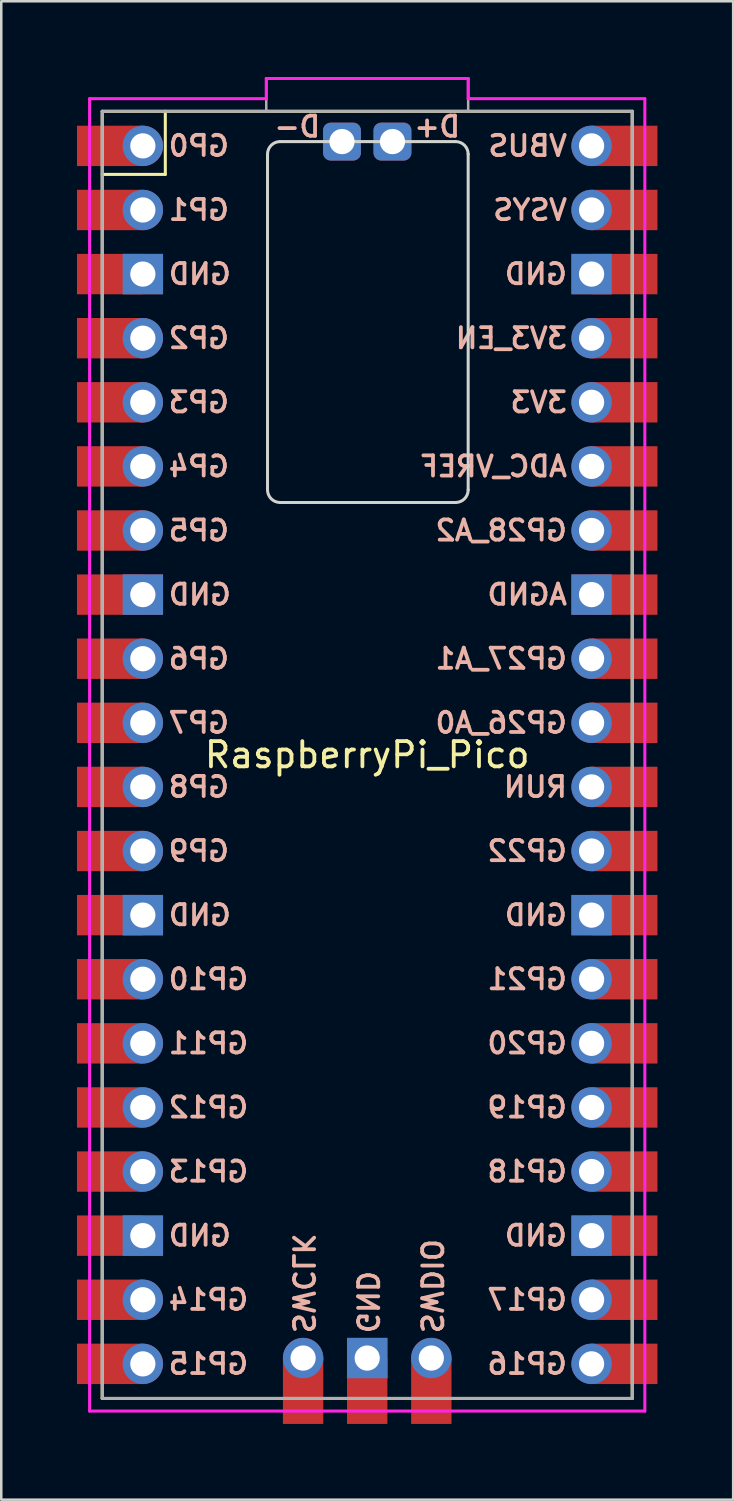
<source format=kicad_pcb>
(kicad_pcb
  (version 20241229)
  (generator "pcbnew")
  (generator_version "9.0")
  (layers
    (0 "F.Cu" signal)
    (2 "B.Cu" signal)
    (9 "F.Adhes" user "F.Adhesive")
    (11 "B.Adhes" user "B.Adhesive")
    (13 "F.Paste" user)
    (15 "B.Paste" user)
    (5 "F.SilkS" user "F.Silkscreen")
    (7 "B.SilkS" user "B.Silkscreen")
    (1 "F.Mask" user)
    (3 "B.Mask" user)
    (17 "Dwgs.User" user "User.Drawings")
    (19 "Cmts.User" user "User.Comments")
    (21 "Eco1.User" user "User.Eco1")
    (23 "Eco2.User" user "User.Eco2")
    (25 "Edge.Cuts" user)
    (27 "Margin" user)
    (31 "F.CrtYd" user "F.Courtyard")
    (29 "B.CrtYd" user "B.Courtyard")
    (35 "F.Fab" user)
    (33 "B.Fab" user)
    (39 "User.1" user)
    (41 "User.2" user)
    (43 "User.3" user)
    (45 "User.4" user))
  (footprint "RaspberryPi_Pico"
    (layer "F.Cu")
    (at 11.5 26.86)
    (property "Reference" "RaspberryPi_Pico" (at 0 0 180) (layer "F.SilkS") (effects (font (size 1 1) (thickness 0.15))))
    (attr through_hole)
    (fp_line (start -10.5 -25.5) (end -10.5 25.5) (stroke (width 0.12) (type solid)) (layer "F.SilkS"))
    (fp_line (start -10.5 -25.5) (end 10.5 -25.5) (stroke (width 0.12) (type solid)) (layer "F.SilkS"))
    (fp_line (start -10.5 -23) (end -8 -23) (stroke (width 0.12) (type solid)) (layer "F.SilkS"))
    (fp_line (start -8 -23) (end -8 -25.5) (stroke (width 0.12) (type solid)) (layer "F.SilkS"))
    (fp_line (start 10.5 -25.5) (end 10.5 25.5) (stroke (width 0.12) (type solid)) (layer "F.SilkS"))
    (fp_line (start 10.5 25.5) (end -10.5 25.5) (stroke (width 0.12) (type solid)) (layer "F.SilkS"))
    (fp_line (start -3.95 -23.8) (end -3.95 -10.5) (stroke (width 0.12) (type solid)) (layer "Edge.Cuts"))
    (fp_line (start -3.45 -10) (end 3.5 -10) (stroke (width 0.12) (type solid)) (layer "Edge.Cuts"))
    (fp_line (start 3.5 -24.3) (end -3.45 -24.3) (stroke (width 0.12) (type solid)) (layer "Edge.Cuts"))
    (fp_line (start 4 -10.5) (end 4 -23.8) (stroke (width 0.12) (type solid)) (layer "Edge.Cuts"))
    (fp_arc (start -3.95 -23.8) (mid -3.803553 -24.153553) (end -3.45 -24.3) (stroke (width 0.12) (type solid)) (layer "Edge.Cuts"))
    (fp_arc (start -3.45 -10) (mid -3.803553 -10.146447) (end -3.95 -10.5) (stroke (width 0.12) (type solid)) (layer "Edge.Cuts"))
    (fp_arc (start 3.5 -24.3) (mid 3.853553 -24.153553) (end 4 -23.8) (stroke (width 0.12) (type solid)) (layer "Edge.Cuts"))
    (fp_arc (start 4 -10.5) (mid 3.853553 -10.146447) (end 3.5 -10) (stroke (width 0.12) (type solid)) (layer "Edge.Cuts"))
    (fp_line (start -11 -26) (end -4 -26) (stroke (width 0.12) (type solid)) (layer "F.CrtYd"))
    (fp_line (start -11 26) (end -11 -26) (stroke (width 0.12) (type solid)) (layer "F.CrtYd"))
    (fp_line (start -4 -26.8) (end 4 -26.8) (stroke (width 0.12) (type solid)) (layer "F.CrtYd"))
    (fp_line (start -4 -26) (end -4 -26.8) (stroke (width 0.12) (type solid)) (layer "F.CrtYd"))
    (fp_line (start 4 -26.8) (end 4 -26) (stroke (width 0.12) (type solid)) (layer "F.CrtYd"))
    (fp_line (start 4 -26) (end 11 -26) (stroke (width 0.12) (type solid)) (layer "F.CrtYd"))
    (fp_line (start 11 -26) (end 11 26) (stroke (width 0.12) (type solid)) (layer "F.CrtYd"))
    (fp_line (start 11 26) (end -11 26) (stroke (width 0.12) (type solid)) (layer "F.CrtYd"))
    (fp_line (start -10.5 -25.5) (end 10.5 -25.5) (stroke (width 0.12) (type solid)) (layer "F.Fab"))
    (fp_line (start -10.5 25.5) (end -10.5 -25.5) (stroke (width 0.12) (type solid)) (layer "F.Fab"))
    (fp_line (start -4 -26.8) (end 4 -26.8) (stroke (width 0.1) (type solid)) (layer "F.Fab"))
    (fp_line (start -4 -25.5) (end -4 -26.8) (stroke (width 0.1) (type solid)) (layer "F.Fab"))
    (fp_line (start 4 -25.5) (end 4 -26.8) (stroke (width 0.1) (type solid)) (layer "F.Fab"))
    (fp_line (start 10.5 -25.5) (end 10.5 25.5) (stroke (width 0.12) (type solid)) (layer "F.Fab"))
    (fp_line (start 10.5 25.5) (end -10.5 25.5) (stroke (width 0.12) (type solid)) (layer "F.Fab"))
    (fp_text user "GP2" (at -7.95 -16.51 0) (layer "B.SilkS") (effects (font (size 0.8 0.8) (thickness 0.15)) (justify right mirror)))
    (fp_text user "GP13" (at -7.95 16.51 0) (layer "B.SilkS") (effects (font (size 0.8 0.8) (thickness 0.15)) (justify right mirror)))
    (fp_text user "GP0" (at -7.95 -24.13 0) (layer "B.SilkS") (effects (font (size 0.8 0.8) (thickness 0.15)) (justify right mirror)))
    (fp_text user "GP20" (at 8 11.43 0) (layer "B.SilkS") (effects (font (size 0.8 0.8) (thickness 0.15)) (justify left mirror)))
    (fp_text user "GP28_A2" (at 8 -8.89 0) (layer "B.SilkS") (effects (font (size 0.8 0.8) (thickness 0.15)) (justify left mirror)))
    (fp_text user "GP11" (at -7.95 11.43 0) (layer "B.SilkS") (effects (font (size 0.8 0.8) (thickness 0.15)) (justify right mirror)))
    (fp_text user "GND" (at -7.95 -19.05 0) (layer "B.SilkS") (effects (font (size 0.8 0.8) (thickness 0.15)) (justify right mirror)))
    (fp_text user "RUN" (at 8 1.27 0) (layer "B.SilkS") (effects (font (size 0.8 0.8) (thickness 0.15)) (justify left mirror)))
    (fp_text user "GP7" (at -7.95 -1.27 0) (layer "B.SilkS") (effects (font (size 0.8 0.8) (thickness 0.15)) (justify right mirror)))
    (fp_text user "GP17" (at 8 21.59 0) (layer "B.SilkS") (effects (font (size 0.8 0.8) (thickness 0.15)) (justify left mirror)))
    (fp_text user "GND" (at 0 23 270) (unlocked yes) (layer "B.SilkS") (effects (font (size 0.8 0.8) (thickness 0.15)) (justify left mirror)))
    (fp_text user "GND" (at 8 6.35 0) (layer "B.SilkS") (effects (font (size 0.8 0.8) (thickness 0.15)) (justify left mirror)))
    (fp_text user "GP6" (at -7.95 -3.81 0) (layer "B.SilkS") (effects (font (size 0.8 0.8) (thickness 0.15)) (justify right mirror)))
    (fp_text user "GP22" (at 8 3.81 0) (layer "B.SilkS") (effects (font (size 0.8 0.8) (thickness 0.15)) (justify left mirror)))
    (fp_text user "GP5" (at -7.95 -8.89 0) (layer "B.SilkS") (effects (font (size 0.8 0.8) (thickness 0.15)) (justify right mirror)))
    (fp_text user "D+" (at 1.778 -24.892 0) (unlocked yes) (layer "B.SilkS") (effects (font (size 0.8 0.8) (thickness 0.15)) (justify right mirror)))
    (fp_text user "SWDIO" (at 2.54 23 270) (unlocked yes) (layer "B.SilkS") (effects (font (size 0.8 0.8) (thickness 0.15)) (justify left mirror)))
    (fp_text user "GP19" (at 8 13.97 0) (layer "B.SilkS") (effects (font (size 0.8 0.8) (thickness 0.15)) (justify left mirror)))
    (fp_text user "ADC_VREF" (at 8 -11.43 0) (layer "B.SilkS") (effects (font (size 0.8 0.8) (thickness 0.15)) (justify left mirror)))
    (fp_text user "GND" (at -7.95 19.05 0) (layer "B.SilkS") (effects (font (size 0.8 0.8) (thickness 0.15)) (justify right mirror)))
    (fp_text user "3V3" (at 8 -13.97 0) (layer "B.SilkS") (effects (font (size 0.8 0.8) (thickness 0.15)) (justify left mirror)))
    (fp_text user "GP10" (at -7.95 8.89 0) (layer "B.SilkS") (effects (font (size 0.8 0.8) (thickness 0.15)) (justify right mirror)))
    (fp_text user "GND" (at -7.95 -6.35 0) (layer "B.SilkS") (effects (font (size 0.8 0.8) (thickness 0.15)) (justify right mirror)))
    (fp_text user "GP26_A0" (at 8 -1.27 0) (layer "B.SilkS") (effects (font (size 0.8 0.8) (thickness 0.15)) (justify left mirror)))
    (fp_text user "GP12" (at -7.95 13.97 0) (layer "B.SilkS") (effects (font (size 0.8 0.8) (thickness 0.15)) (justify right mirror)))
    (fp_text user "AGND" (at 8 -6.35 0) (layer "B.SilkS") (effects (font (size 0.8 0.8) (thickness 0.15)) (justify left mirror)))
    (fp_text user "GND" (at 8 19.05 0) (layer "B.SilkS") (effects (font (size 0.8 0.8) (thickness 0.15)) (justify left mirror)))
    (fp_text user "GP9" (at -7.95 3.81 0) (layer "B.SilkS") (effects (font (size 0.8 0.8) (thickness 0.15)) (justify right mirror)))
    (fp_text user "GP16" (at 8 24.13 0) (layer "B.SilkS") (effects (font (size 0.8 0.8) (thickness 0.15)) (justify left mirror)))
    (fp_text user "GP18" (at 8 16.51 0) (layer "B.SilkS") (effects (font (size 0.8 0.8) (thickness 0.15)) (justify left mirror)))
    (fp_text user "VSYS" (at 8 -21.59 0) (layer "B.SilkS") (effects (font (size 0.8 0.8) (thickness 0.15)) (justify left mirror)))
    (fp_text user "GP4" (at -7.95 -11.43 0) (layer "B.SilkS") (effects (font (size 0.8 0.8) (thickness 0.15)) (justify right mirror)))
    (fp_text user "GP27_A1" (at 8 -3.81 0) (layer "B.SilkS") (effects (font (size 0.8 0.8) (thickness 0.15)) (justify left mirror)))
    (fp_text user "GND" (at -7.95 6.35 0) (layer "B.SilkS") (effects (font (size 0.8 0.8) (thickness 0.15)) (justify right mirror)))
    (fp_text user "GP14" (at -7.95 21.59 0) (layer "B.SilkS") (effects (font (size 0.8 0.8) (thickness 0.15)) (justify right mirror)))
    (fp_text user "3V3_EN" (at 8 -16.51 0) (layer "B.SilkS") (effects (font (size 0.8 0.8) (thickness 0.15)) (justify left mirror)))
    (fp_text user "SWCLK" (at -2.54 23 270) (unlocked yes) (layer "B.SilkS") (effects (font (size 0.8 0.8) (thickness 0.15)) (justify left mirror)))
    (fp_text user "GP3" (at -7.95 -13.97 0) (layer "B.SilkS") (effects (font (size 0.8 0.8) (thickness 0.15)) (justify right mirror)))
    (fp_text user "GP15" (at -7.95 24.13 0) (layer "B.SilkS") (effects (font (size 0.8 0.8) (thickness 0.15)) (justify right mirror)))
    (fp_text user "D-" (at -1.778 -24.892 0) (unlocked yes) (layer "B.SilkS") (effects (font (size 0.8 0.8) (thickness 0.15)) (justify left mirror)))
    (fp_text user "GP8" (at -7.95 1.27 0) (layer "B.SilkS") (effects (font (size 0.8 0.8) (thickness 0.15)) (justify right mirror)))
    (fp_text user "GND" (at 8 -19.05 0) (layer "B.SilkS") (effects (font (size 0.8 0.8) (thickness 0.15)) (justify left mirror)))
    (fp_text user "VBUS" (at 8 -24.13 0) (layer "B.SilkS") (effects (font (size 0.8 0.8) (thickness 0.15)) (justify left mirror)))
    (fp_text user "GP1" (at -7.95 -21.59 0) (layer "B.SilkS") (effects (font (size 0.8 0.8) (thickness 0.15)) (justify right mirror)))
    (fp_text user "GP21" (at 8 8.89 0) (layer "B.SilkS") (effects (font (size 0.8 0.8) (thickness 0.15)) (justify left mirror)))
    (pad "1" thru_hole circle (at -8.89 -24.13) (size 1.6 1.6) (drill 1) (layers "*.Cu" "*.Mask"))
    (pad "1" smd rect (at -8.89 -24.13) (size 2.61 1.6) (drill (offset -1.305 0)) (layers "F.Cu" "F.Mask"))
    (pad "2" thru_hole circle (at -8.89 -21.59) (size 1.6 1.6) (drill 1) (layers "*.Cu" "*.Mask"))
    (pad "2" smd rect (at -8.89 -21.59) (size 2.61 1.6) (drill (offset -1.305 0)) (layers "F.Cu" "F.Mask"))
    (pad "3" thru_hole rect (at -8.89 -19.05) (size 1.6 1.6) (drill 1) (layers "*.Cu" "*.Mask"))
    (pad "3" smd rect (at -8.89 -19.05) (size 2.61 1.6) (drill (offset -1.305 0)) (layers "F.Cu" "F.Mask"))
    (pad "4" thru_hole circle (at -8.89 -16.51) (size 1.6 1.6) (drill 1) (layers "*.Cu" "*.Mask"))
    (pad "4" smd rect (at -8.89 -16.51) (size 2.61 1.6) (drill (offset -1.305 0)) (layers "F.Cu" "F.Mask"))
    (pad "5" thru_hole circle (at -8.89 -13.97) (size 1.6 1.6) (drill 1) (layers "*.Cu" "*.Mask"))
    (pad "5" smd rect (at -8.89 -13.97) (size 2.61 1.6) (drill (offset -1.305 0)) (layers "F.Cu" "F.Mask"))
    (pad "6" thru_hole circle (at -8.89 -11.43) (size 1.6 1.6) (drill 1) (layers "*.Cu" "*.Mask"))
    (pad "6" smd rect (at -8.89 -11.43) (size 2.61 1.6) (drill (offset -1.305 0)) (layers "F.Cu" "F.Mask"))
    (pad "7" thru_hole circle (at -8.89 -8.89) (size 1.6 1.6) (drill 1) (layers "*.Cu" "*.Mask"))
    (pad "7" smd rect (at -8.89 -8.89) (size 2.61 1.6) (drill (offset -1.305 0)) (layers "F.Cu" "F.Mask"))
    (pad "8" thru_hole rect (at -8.89 -6.35) (size 1.6 1.6) (drill 1) (layers "*.Cu" "*.Mask"))
    (pad "8" smd rect (at -8.89 -6.35) (size 2.61 1.6) (drill (offset -1.305 0)) (layers "F.Cu" "F.Mask"))
    (pad "9" thru_hole circle (at -8.89 -3.81) (size 1.6 1.6) (drill 1) (layers "*.Cu" "*.Mask"))
    (pad "9" smd rect (at -8.89 -3.81) (size 2.61 1.6) (drill (offset -1.305 0)) (layers "F.Cu" "F.Mask"))
    (pad "10" thru_hole circle (at -8.89 -1.27) (size 1.6 1.6) (drill 1) (layers "*.Cu" "*.Mask"))
    (pad "10" smd rect (at -8.89 -1.27) (size 2.61 1.6) (drill (offset -1.305 0)) (layers "F.Cu" "F.Mask"))
    (pad "11" thru_hole circle (at -8.89 1.27) (size 1.6 1.6) (drill 1) (layers "*.Cu" "*.Mask"))
    (pad "11" smd rect (at -8.89 1.27) (size 2.61 1.6) (drill (offset -1.305 0)) (layers "F.Cu" "F.Mask"))
    (pad "12" thru_hole circle (at -8.89 3.81) (size 1.6 1.6) (drill 1) (layers "*.Cu" "*.Mask"))
    (pad "12" smd rect (at -8.89 3.81) (size 2.61 1.6) (drill (offset -1.305 0)) (layers "F.Cu" "F.Mask"))
    (pad "13" thru_hole rect (at -8.89 6.35) (size 1.6 1.6) (drill 1) (layers "*.Cu" "*.Mask"))
    (pad "13" smd rect (at -8.89 6.35) (size 2.61 1.6) (drill (offset -1.305 0)) (layers "F.Cu" "F.Mask"))
    (pad "14" thru_hole circle (at -8.89 8.89) (size 1.6 1.6) (drill 1) (layers "*.Cu" "*.Mask"))
    (pad "14" smd rect (at -8.89 8.89) (size 2.61 1.6) (drill (offset -1.305 0)) (layers "F.Cu" "F.Mask"))
    (pad "15" thru_hole circle (at -8.89 11.43) (size 1.6 1.6) (drill 1) (layers "*.Cu" "*.Mask"))
    (pad "15" smd rect (at -8.89 11.43) (size 2.61 1.6) (drill (offset -1.305 0)) (layers "F.Cu" "F.Mask"))
    (pad "16" thru_hole circle (at -8.89 13.97) (size 1.6 1.6) (drill 1) (layers "*.Cu" "*.Mask"))
    (pad "16" smd rect (at -8.89 13.97) (size 2.61 1.6) (drill (offset -1.305 0)) (layers "F.Cu" "F.Mask"))
    (pad "17" thru_hole circle (at -8.89 16.51) (size 1.6 1.6) (drill 1) (layers "*.Cu" "*.Mask"))
    (pad "17" smd rect (at -8.89 16.51) (size 2.61 1.6) (drill (offset -1.305 0)) (layers "F.Cu" "F.Mask"))
    (pad "18" thru_hole rect (at -8.89 19.05) (size 1.6 1.6) (drill 1) (layers "*.Cu" "*.Mask"))
    (pad "18" smd rect (at -8.89 19.05) (size 2.61 1.6) (drill (offset -1.305 0)) (layers "F.Cu" "F.Mask"))
    (pad "19" thru_hole circle (at -8.89 21.59) (size 1.6 1.6) (drill 1) (layers "*.Cu" "*.Mask"))
    (pad "19" smd rect (at -8.89 21.59) (size 2.61 1.6) (drill (offset -1.305 0)) (layers "F.Cu" "F.Mask"))
    (pad "20" thru_hole circle (at -8.89 24.13) (size 1.6 1.6) (drill 1) (layers "*.Cu" "*.Mask"))
    (pad "20" smd rect (at -8.89 24.13) (size 2.61 1.6) (drill (offset -1.305 0)) (layers "F.Cu" "F.Mask"))
    (pad "21" thru_hole circle (at 8.89 24.13) (size 1.6 1.6) (drill 1) (layers "*.Cu" "*.Mask"))
    (pad "21" smd rect (at 8.89 24.13) (size 2.61 1.6) (drill (offset 1.305 0)) (layers "F.Cu" "F.Mask"))
    (pad "22" thru_hole circle (at 8.89 21.59) (size 1.6 1.6) (drill 1) (layers "*.Cu" "*.Mask"))
    (pad "22" smd rect (at 8.89 21.59) (size 2.61 1.6) (drill (offset 1.305 0)) (layers "F.Cu" "F.Mask"))
    (pad "23" thru_hole rect (at 8.89 19.05) (size 1.6 1.6) (drill 1) (layers "*.Cu" "*.Mask"))
    (pad "23" smd rect (at 8.89 19.05) (size 2.61 1.6) (drill (offset 1.305 0)) (layers "F.Cu" "F.Mask"))
    (pad "24" thru_hole circle (at 8.89 16.51) (size 1.6 1.6) (drill 1) (layers "*.Cu" "*.Mask"))
    (pad "24" smd rect (at 8.89 16.51) (size 2.61 1.6) (drill (offset 1.305 0)) (layers "F.Cu" "F.Mask"))
    (pad "25" thru_hole circle (at 8.89 13.97) (size 1.6 1.6) (drill 1) (layers "*.Cu" "*.Mask"))
    (pad "25" smd rect (at 8.89 13.97) (size 2.61 1.6) (drill (offset 1.305 0)) (layers "F.Cu" "F.Mask"))
    (pad "26" thru_hole circle (at 8.89 11.43) (size 1.6 1.6) (drill 1) (layers "*.Cu" "*.Mask"))
    (pad "26" smd rect (at 8.89 11.43) (size 2.61 1.6) (drill (offset 1.305 0)) (layers "F.Cu" "F.Mask"))
    (pad "27" thru_hole circle (at 8.89 8.89) (size 1.6 1.6) (drill 1) (layers "*.Cu" "*.Mask"))
    (pad "27" smd rect (at 8.89 8.89) (size 2.61 1.6) (drill (offset 1.305 0)) (layers "F.Cu" "F.Mask"))
    (pad "28" thru_hole rect (at 8.89 6.35) (size 1.6 1.6) (drill 1) (layers "*.Cu" "*.Mask"))
    (pad "28" smd rect (at 8.89 6.35) (size 2.61 1.6) (drill (offset 1.305 0)) (layers "F.Cu" "F.Mask"))
    (pad "29" thru_hole circle (at 8.89 3.81) (size 1.6 1.6) (drill 1) (layers "*.Cu" "*.Mask"))
    (pad "29" smd rect (at 8.89 3.81) (size 2.61 1.6) (drill (offset 1.305 0)) (layers "F.Cu" "F.Mask"))
    (pad "30" thru_hole circle (at 8.89 1.27) (size 1.6 1.6) (drill 1) (layers "*.Cu" "*.Mask"))
    (pad "30" smd rect (at 8.89 1.27) (size 2.61 1.6) (drill (offset 1.305 0)) (layers "F.Cu" "F.Mask"))
    (pad "31" thru_hole circle (at 8.89 -1.27) (size 1.6 1.6) (drill 1) (layers "*.Cu" "*.Mask"))
    (pad "31" smd rect (at 8.89 -1.27) (size 2.61 1.6) (drill (offset 1.305 0)) (layers "F.Cu" "F.Mask"))
    (pad "32" thru_hole circle (at 8.89 -3.81) (size 1.6 1.6) (drill 1) (layers "*.Cu" "*.Mask"))
    (pad "32" smd rect (at 8.89 -3.81) (size 2.61 1.6) (drill (offset 1.305 0)) (layers "F.Cu" "F.Mask"))
    (pad "33" thru_hole rect (at 8.89 -6.35) (size 1.6 1.6) (drill 1) (layers "*.Cu" "*.Mask"))
    (pad "33" smd rect (at 8.89 -6.35) (size 2.61 1.6) (drill (offset 1.305 0)) (layers "F.Cu" "F.Mask"))
    (pad "34" thru_hole circle (at 8.89 -8.89) (size 1.6 1.6) (drill 1) (layers "*.Cu" "*.Mask"))
    (pad "34" smd rect (at 8.89 -8.89) (size 2.61 1.6) (drill (offset 1.305 0)) (layers "F.Cu" "F.Mask"))
    (pad "35" thru_hole circle (at 8.89 -11.43) (size 1.6 1.6) (drill 1) (layers "*.Cu" "*.Mask"))
    (pad "35" smd rect (at 8.89 -11.43) (size 2.61 1.6) (drill (offset 1.305 0)) (layers "F.Cu" "F.Mask"))
    (pad "36" thru_hole circle (at 8.89 -13.97) (size 1.6 1.6) (drill 1) (layers "*.Cu" "*.Mask"))
    (pad "36" smd rect (at 8.89 -13.97) (size 2.61 1.6) (drill (offset 1.305 0)) (layers "F.Cu" "F.Mask"))
    (pad "37" thru_hole circle (at 8.89 -16.51) (size 1.6 1.6) (drill 1) (layers "*.Cu" "*.Mask"))
    (pad "37" smd rect (at 8.89 -16.51) (size 2.61 1.6) (drill (offset 1.305 0)) (layers "F.Cu" "F.Mask"))
    (pad "38" thru_hole rect (at 8.89 -19.05) (size 1.6 1.6) (drill 1) (layers "*.Cu" "*.Mask"))
    (pad "38" smd rect (at 8.89 -19.05) (size 2.61 1.6) (drill (offset 1.305 0)) (layers "F.Cu" "F.Mask"))
    (pad "39" thru_hole circle (at 8.89 -21.59) (size 1.6 1.6) (drill 1) (layers "*.Cu" "*.Mask"))
    (pad "39" smd rect (at 8.89 -21.59) (size 2.61 1.6) (drill (offset 1.305 0)) (layers "F.Cu" "F.Mask"))
    (pad "40" thru_hole circle (at 8.89 -24.13) (size 1.6 1.6) (drill 1) (layers "*.Cu" "*.Mask"))
    (pad "40" smd rect (at 8.89 -24.13) (size 2.61 1.6) (drill (offset 1.305 0)) (layers "F.Cu" "F.Mask"))
    (pad "41" thru_hole circle (at -2.54 23.9) (size 1.6 1.6) (drill 1) (layers "*.Cu" "*.Mask"))
    (pad "41" smd rect (at -2.54 23.9 90) (size 2.61 1.6) (drill (offset -1.305 0)) (layers "F.Cu" "F.Mask"))
    (pad "42" thru_hole rect (at 0 23.9) (size 1.6 1.6) (drill 1) (layers "*.Cu" "*.Mask"))
    (pad "42" smd rect (at 0 23.9 90) (size 2.61 1.6) (drill (offset -1.305 0)) (layers "F.Cu" "F.Mask"))
    (pad "43" thru_hole circle (at 2.54 23.9) (size 1.6 1.6) (drill 1) (layers "*.Cu" "*.Mask"))
    (pad "43" smd rect (at 2.54 23.9 90) (size 2.61 1.6) (drill (offset -1.305 0)) (layers "F.Cu" "F.Mask"))
    (pad "44" thru_hole roundrect (at 1 -24.3) (size 1.5 1.5) (drill 1) (layers "*.Cu" "*.Mask") (roundrect_rratio 0.2))
    (pad "45" thru_hole roundrect (at -1 -24.3) (size 1.5 1.5) (drill 1) (layers "*.Cu" "*.Mask") (roundrect_rratio 0.2)))
  (gr_rect
    (start -3 -3)
    (end 26 56.37)
    (stroke (width 0.1) (type default))
    (fill no)
    (layer "Edge.Cuts")))
</source>
